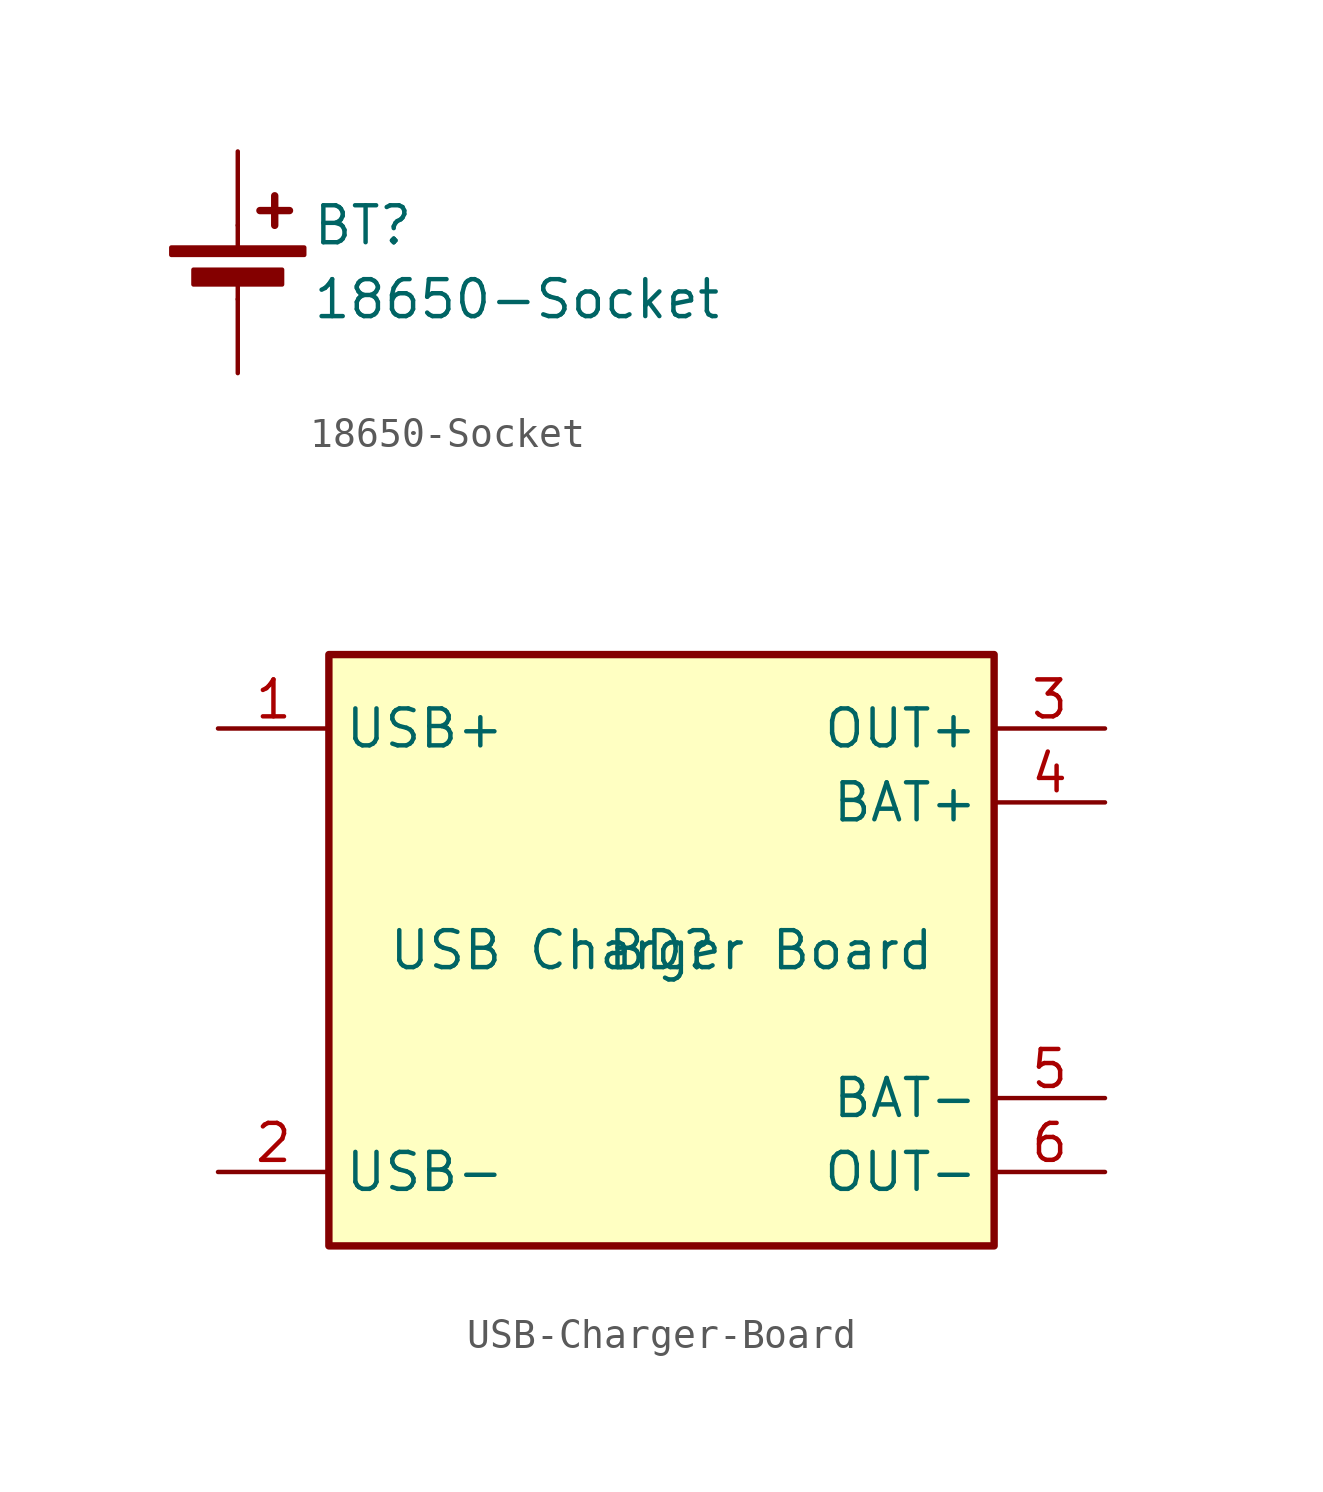
<source format=kicad_sym>
(kicad_symbol_lib
  (version 20220914)
  (generator kicad_symbol_editor)
  (symbol "18650-Socket"
    (pin_numbers hide)
    (pin_names
      (offset 0) hide)
    (property "Reference" "BT"
      (at 2.54 2.54 0)
      (effects (font (size 1.27 1.27)) (justify left)))
    (property "Value" "18650-Socket"
      (at 2.54 0 0)
      (effects (font (size 1.27 1.27)) (justify left)))
    (symbol "18650-Socket_0_1"
      (rectangle (start -2.286 1.778) (end 2.286 1.524) (stroke (width 0) (type default)) (fill (type outline)))
      (rectangle (start -1.524 1.016) (end 1.524 0.508) (stroke (width 0) (type default)) (fill (type outline)))
      (polyline (pts (xy 0 0.762) (xy 0 0)) (stroke (width 0) (type default)) (fill (type none)))
      (polyline (pts (xy 0 1.778) (xy 0 2.54)) (stroke (width 0) (type default)) (fill (type none)))
      (polyline (pts (xy 0.762 3.048) (xy 1.778 3.048)) (stroke (width 0.254) (type default)) (fill (type none)))
      (polyline (pts (xy 1.27 3.556) (xy 1.27 2.54)) (stroke (width 0.254) (type default)) (fill (type none))))
    (symbol "18650-Socket_1_1"
      (pin passive line (at 0 5.08 270) (length 2.54) (name "+" (effects (font (size 1.27 1.27)))) (number "1" (effects (font (size 1.27 1.27)))))
      (pin passive line (at 0 -2.54 90) (length 2.54) (name "-" (effects (font (size 1.27 1.27)))) (number "2" (effects (font (size 1.27 1.27)))))))
  (symbol "USB-Charger-Board"
    (property "Reference" "BD"
      (at 0 0 0)
      (effects (font (size 1.27 1.27))))
    (property "Value" "USB Charger Board"
      (at 0 0 0)
      (effects (font (size 1.27 1.27))))
    (symbol "USB-Charger-Board_1_1"
      (rectangle (start -11.43 10.16) (end 11.43 -10.16) (stroke (width 0.254) (type default)) (fill (type background)))
      (pin power_in line (at -15.24 7.62 0) (length 3.81) (name "USB+" (effects (font (size 1.27 1.27)))) (number "1" (effects (font (size 1.27 1.27)))))
      (pin power_in line (at -15.24 -7.62 0) (length 3.81) (name "USB-" (effects (font (size 1.27 1.27)))) (number "2" (effects (font (size 1.27 1.27)))))
      (pin power_out line (at 15.24 7.62 180) (length 3.81) (name "OUT+" (effects (font (size 1.27 1.27)))) (number "3" (effects (font (size 1.27 1.27)))))
      (pin power_in line (at 15.24 5.08 180) (length 3.81) (name "BAT+" (effects (font (size 1.27 1.27)))) (number "4" (effects (font (size 1.27 1.27)))))
      (pin power_in line (at 15.24 -5.08 180) (length 3.81) (name "BAT-" (effects (font (size 1.27 1.27)))) (number "5" (effects (font (size 1.27 1.27)))))
      (pin power_out line (at 15.24 -7.62 180) (length 3.81) (name "OUT-" (effects (font (size 1.27 1.27)))) (number "6" (effects (font (size 1.27 1.27))))))))
</source>
